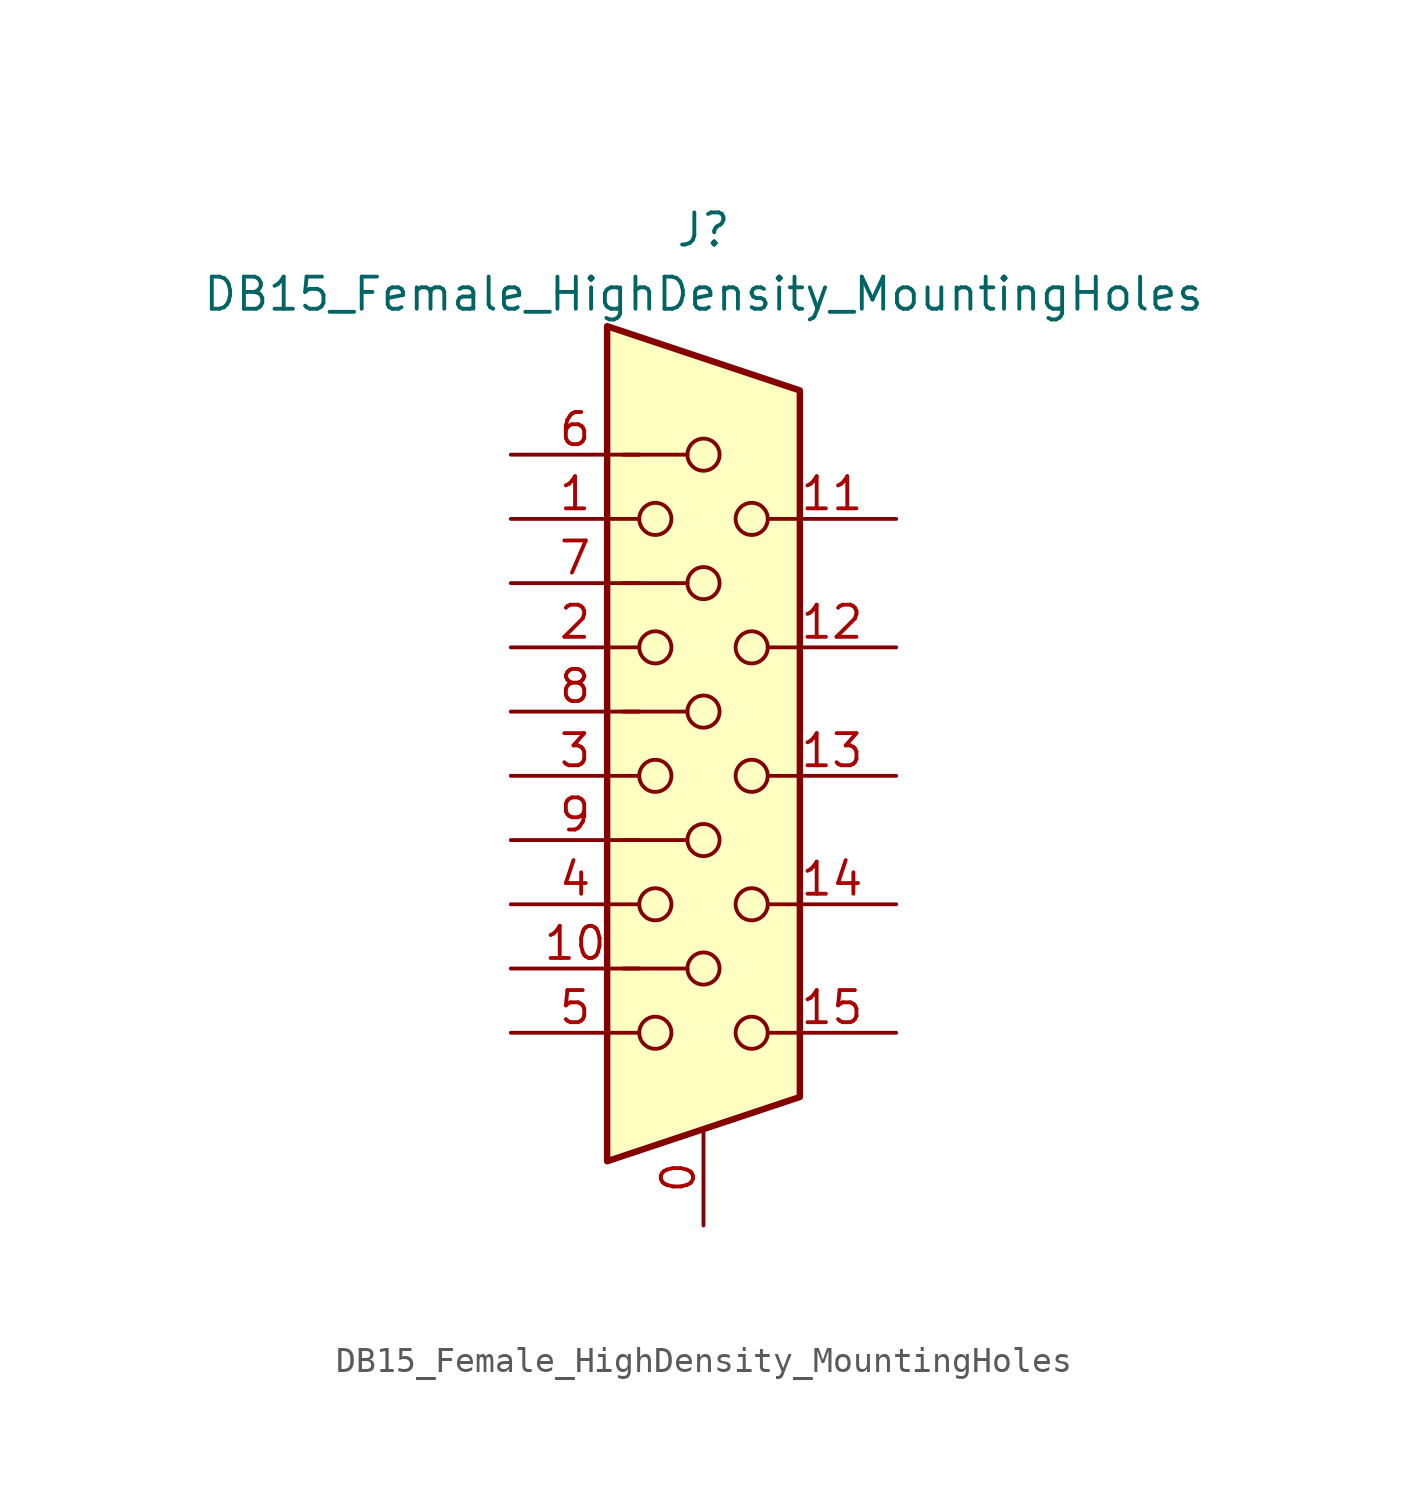
<source format=kicad_sym>
(kicad_symbol_lib
  (version 20231120)
  (generator "kicad_symbol_editor")
  (generator_version "8.0")
  (symbol "DB15_Female_HighDensity_MountingHoles"
    (pin_names
      (offset 1.016) hide)
    (property "Reference" "J"
      (at 0 21.59 0)
      (effects (font (size 1.27 1.27))))
    (property "Value" "DB15_Female_HighDensity_MountingHoles"
      (at 0 19.05 0)
      (effects (font (size 1.27 1.27))))
    (symbol "DB15_Female_HighDensity_MountingHoles_0_1"
      (circle (center -1.905 -10.16) (radius 0.635) (stroke (width 0) (type solid)) (fill (type none)))
      (circle (center -1.905 -5.08) (radius 0.635) (stroke (width 0) (type solid)) (fill (type none)))
      (circle (center -1.905 0) (radius 0.635) (stroke (width 0) (type solid)) (fill (type none)))
      (circle (center -1.905 5.08) (radius 0.635) (stroke (width 0) (type solid)) (fill (type none)))
      (circle (center -1.905 10.16) (radius 0.635) (stroke (width 0) (type solid)) (fill (type none)))
      (circle (center 0 -7.62) (radius 0.635) (stroke (width 0) (type solid)) (fill (type none)))
      (circle (center 0 -2.54) (radius 0.635) (stroke (width 0) (type solid)) (fill (type none)))
      (polyline (pts (xy -3.175 7.62) (xy -0.635 7.62)) (stroke (width 0) (type solid)) (fill (type none)))
      (polyline (pts (xy -0.635 -7.62) (xy -3.175 -7.62)) (stroke (width 0) (type solid)) (fill (type none)))
      (polyline (pts (xy -0.635 -2.54) (xy -3.175 -2.54)) (stroke (width 0) (type solid)) (fill (type none)))
      (polyline (pts (xy -0.635 2.54) (xy -3.175 2.54)) (stroke (width 0) (type solid)) (fill (type none)))
      (polyline (pts (xy -0.635 12.7) (xy -3.175 12.7)) (stroke (width 0) (type solid)) (fill (type none)))
      (polyline (pts (xy -3.81 17.78) (xy -3.81 -15.24) (xy 3.81 -12.7) (xy 3.81 15.24) (xy -3.81 17.78)) (stroke (width 0.254) (type solid)) (fill (type background)))
      (circle (center 0 2.54) (radius 0.635) (stroke (width 0) (type solid)) (fill (type none)))
      (circle (center 0 7.62) (radius 0.635) (stroke (width 0) (type solid)) (fill (type none)))
      (circle (center 0 12.7) (radius 0.635) (stroke (width 0) (type solid)) (fill (type none)))
      (circle (center 1.905 -10.16) (radius 0.635) (stroke (width 0) (type solid)) (fill (type none)))
      (circle (center 1.905 -5.08) (radius 0.635) (stroke (width 0) (type solid)) (fill (type none)))
      (circle (center 1.905 0) (radius 0.635) (stroke (width 0) (type solid)) (fill (type none)))
      (circle (center 1.905 5.08) (radius 0.635) (stroke (width 0) (type solid)) (fill (type none)))
      (circle (center 1.905 10.16) (radius 0.635) (stroke (width 0) (type solid)) (fill (type none))))
    (symbol "DB15_Female_HighDensity_MountingHoles_1_1"
      (pin passive line (at 0 -17.78 90) (length 3.81) (name "~" (effects (font (size 1.27 1.27)))) (number "0" (effects (font (size 1.27 1.27)))))
      (pin passive line (at -7.62 10.16 0) (length 5.08) (name "~" (effects (font (size 1.27 1.27)))) (number "1" (effects (font (size 1.27 1.27)))))
      (pin passive line (at -7.62 -7.62 0) (length 5.08) (name "~" (effects (font (size 1.27 1.27)))) (number "10" (effects (font (size 1.27 1.27)))))
      (pin passive line (at 7.62 10.16 180) (length 5.08) (name "~" (effects (font (size 1.27 1.27)))) (number "11" (effects (font (size 1.27 1.27)))))
      (pin passive line (at 7.62 5.08 180) (length 5.08) (name "~" (effects (font (size 1.27 1.27)))) (number "12" (effects (font (size 1.27 1.27)))))
      (pin passive line (at 7.62 0 180) (length 5.08) (name "~" (effects (font (size 1.27 1.27)))) (number "13" (effects (font (size 1.27 1.27)))))
      (pin passive line (at 7.62 -5.08 180) (length 5.08) (name "~" (effects (font (size 1.27 1.27)))) (number "14" (effects (font (size 1.27 1.27)))))
      (pin passive line (at 7.62 -10.16 180) (length 5.08) (name "~" (effects (font (size 1.27 1.27)))) (number "15" (effects (font (size 1.27 1.27)))))
      (pin passive line (at -7.62 5.08 0) (length 5.08) (name "~" (effects (font (size 1.27 1.27)))) (number "2" (effects (font (size 1.27 1.27)))))
      (pin passive line (at -7.62 0 0) (length 5.08) (name "~" (effects (font (size 1.27 1.27)))) (number "3" (effects (font (size 1.27 1.27)))))
      (pin passive line (at -7.62 -5.08 0) (length 5.08) (name "~" (effects (font (size 1.27 1.27)))) (number "4" (effects (font (size 1.27 1.27)))))
      (pin passive line (at -7.62 -10.16 0) (length 5.08) (name "~" (effects (font (size 1.27 1.27)))) (number "5" (effects (font (size 1.27 1.27)))))
      (pin passive line (at -7.62 12.7 0) (length 5.08) (name "~" (effects (font (size 1.27 1.27)))) (number "6" (effects (font (size 1.27 1.27)))))
      (pin passive line (at -7.62 7.62 0) (length 5.08) (name "~" (effects (font (size 1.27 1.27)))) (number "7" (effects (font (size 1.27 1.27)))))
      (pin passive line (at -7.62 2.54 0) (length 5.08) (name "~" (effects (font (size 1.27 1.27)))) (number "8" (effects (font (size 1.27 1.27)))))
      (pin power_out line (at -7.62 -2.54 0) (length 5.08) (name "~" (effects (font (size 1.27 1.27)))) (number "9" (effects (font (size 1.27 1.27))))))))
</source>
